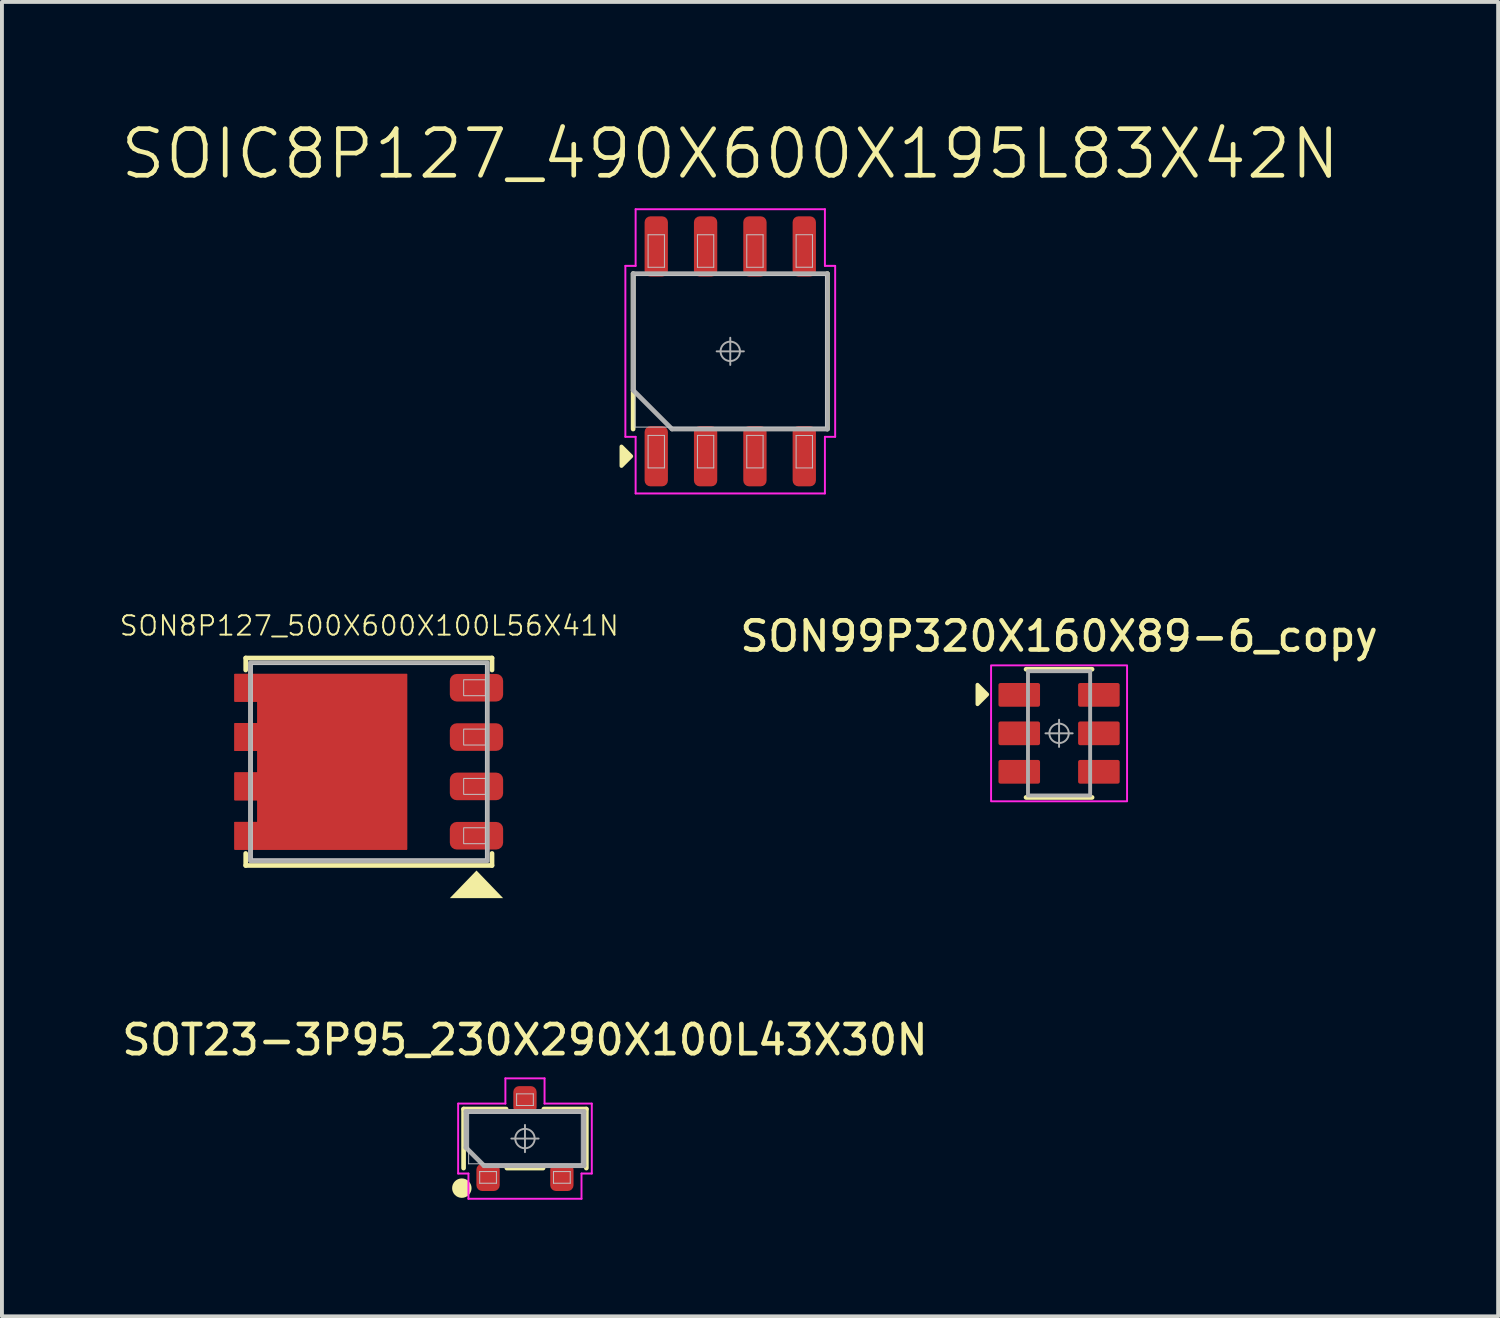
<source format=kicad_pcb>
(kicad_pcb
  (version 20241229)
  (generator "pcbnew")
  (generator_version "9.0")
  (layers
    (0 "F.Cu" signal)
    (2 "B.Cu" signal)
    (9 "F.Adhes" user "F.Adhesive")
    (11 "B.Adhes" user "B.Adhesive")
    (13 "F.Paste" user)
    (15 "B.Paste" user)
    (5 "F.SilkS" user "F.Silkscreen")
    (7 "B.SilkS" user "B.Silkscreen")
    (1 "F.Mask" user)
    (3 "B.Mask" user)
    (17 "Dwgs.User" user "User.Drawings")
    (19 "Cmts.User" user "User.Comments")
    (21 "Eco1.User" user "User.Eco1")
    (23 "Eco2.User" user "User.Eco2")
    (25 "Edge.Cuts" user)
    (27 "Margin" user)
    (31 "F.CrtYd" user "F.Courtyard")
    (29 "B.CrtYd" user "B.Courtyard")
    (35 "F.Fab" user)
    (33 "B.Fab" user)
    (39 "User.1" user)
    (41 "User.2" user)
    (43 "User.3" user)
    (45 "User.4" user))
  (footprint "SOIC8P127_490X600X195L83X42N"
    (layer "F.Cu")
    (at 15.746 5.993)
    (property "Reference" "SOIC8P127_490X600X195L83X42N" (at 0 -5.08 0) (layer "F.SilkS") (effects (font (size 1.2 1.2) (thickness 0.12))))
    (attr smd)
    (fp_line (start -2.5 2) (end -2.5 -2) (stroke (width 0.12) (type solid)) (layer "F.SilkS"))
    (fp_line (start 2.5 2) (end 2.5 -2) (stroke (width 0.12) (type solid)) (layer "F.SilkS"))
    (fp_poly (pts (xy -2.55 2.7) (xy -2.8 2.95) (xy -2.8 2.45)) (stroke (width 0.1) (type solid)) (fill yes) (layer "F.SilkS"))
    (fp_line (start -2.45 -1.95) (end 2.45 -1.95) (stroke (width 0.025) (type solid)) (layer "Dwgs.User"))
    (fp_line (start -2.45 1.95) (end -2.45 -1.95) (stroke (width 0.025) (type solid)) (layer "Dwgs.User"))
    (fp_line (start -2.115 -3) (end -1.695 -3) (stroke (width 0.025) (type solid)) (layer "Dwgs.User"))
    (fp_line (start -2.115 -2.164) (end -2.115 -3) (stroke (width 0.025) (type solid)) (layer "Dwgs.User"))
    (fp_line (start -2.115 2.164) (end -1.695 2.164) (stroke (width 0.025) (type solid)) (layer "Dwgs.User"))
    (fp_line (start -2.115 3) (end -2.115 2.164) (stroke (width 0.025) (type solid)) (layer "Dwgs.User"))
    (fp_line (start -1.695 -3) (end -1.695 -2.164) (stroke (width 0.025) (type solid)) (layer "Dwgs.User"))
    (fp_line (start -1.695 -2.164) (end -2.115 -2.164) (stroke (width 0.025) (type solid)) (layer "Dwgs.User"))
    (fp_line (start -1.695 2.164) (end -1.695 3) (stroke (width 0.025) (type solid)) (layer "Dwgs.User"))
    (fp_line (start -1.695 3) (end -2.115 3) (stroke (width 0.025) (type solid)) (layer "Dwgs.User"))
    (fp_line (start -0.845 -3) (end -0.425 -3) (stroke (width 0.025) (type solid)) (layer "Dwgs.User"))
    (fp_line (start -0.845 -2.164) (end -0.845 -3) (stroke (width 0.025) (type solid)) (layer "Dwgs.User"))
    (fp_line (start -0.845 2.164) (end -0.425 2.164) (stroke (width 0.025) (type solid)) (layer "Dwgs.User"))
    (fp_line (start -0.845 3) (end -0.845 2.164) (stroke (width 0.025) (type solid)) (layer "Dwgs.User"))
    (fp_line (start -0.425 -3) (end -0.425 -2.164) (stroke (width 0.025) (type solid)) (layer "Dwgs.User"))
    (fp_line (start -0.425 -2.164) (end -0.845 -2.164) (stroke (width 0.025) (type solid)) (layer "Dwgs.User"))
    (fp_line (start -0.425 2.164) (end -0.425 3) (stroke (width 0.025) (type solid)) (layer "Dwgs.User"))
    (fp_line (start -0.425 3) (end -0.845 3) (stroke (width 0.025) (type solid)) (layer "Dwgs.User"))
    (fp_line (start 0.425 -3) (end 0.845 -3) (stroke (width 0.025) (type solid)) (layer "Dwgs.User"))
    (fp_line (start 0.425 -2.164) (end 0.425 -3) (stroke (width 0.025) (type solid)) (layer "Dwgs.User"))
    (fp_line (start 0.425 2.164) (end 0.845 2.164) (stroke (width 0.025) (type solid)) (layer "Dwgs.User"))
    (fp_line (start 0.425 3) (end 0.425 2.164) (stroke (width 0.025) (type solid)) (layer "Dwgs.User"))
    (fp_line (start 0.845 -3) (end 0.845 -2.164) (stroke (width 0.025) (type solid)) (layer "Dwgs.User"))
    (fp_line (start 0.845 -2.164) (end 0.425 -2.164) (stroke (width 0.025) (type solid)) (layer "Dwgs.User"))
    (fp_line (start 0.845 2.164) (end 0.845 3) (stroke (width 0.025) (type solid)) (layer "Dwgs.User"))
    (fp_line (start 0.845 3) (end 0.425 3) (stroke (width 0.025) (type solid)) (layer "Dwgs.User"))
    (fp_line (start 1.695 -3.001) (end 2.115 -3.001) (stroke (width 0.025) (type solid)) (layer "Dwgs.User"))
    (fp_line (start 1.695 -2.165) (end 1.695 -3.001) (stroke (width 0.025) (type solid)) (layer "Dwgs.User"))
    (fp_line (start 1.695 2.165) (end 2.115 2.165) (stroke (width 0.025) (type solid)) (layer "Dwgs.User"))
    (fp_line (start 1.695 3.001) (end 1.695 2.165) (stroke (width 0.025) (type solid)) (layer "Dwgs.User"))
    (fp_line (start 2.115 -3.001) (end 2.115 -2.165) (stroke (width 0.025) (type solid)) (layer "Dwgs.User"))
    (fp_line (start 2.115 -2.165) (end 1.695 -2.165) (stroke (width 0.025) (type solid)) (layer "Dwgs.User"))
    (fp_line (start 2.115 2.165) (end 2.115 3.001) (stroke (width 0.025) (type solid)) (layer "Dwgs.User"))
    (fp_line (start 2.115 3.001) (end 1.695 3.001) (stroke (width 0.025) (type solid)) (layer "Dwgs.User"))
    (fp_line (start 2.45 -1.95) (end 2.45 1.95) (stroke (width 0.025) (type solid)) (layer "Dwgs.User"))
    (fp_line (start 2.45 1.95) (end -2.45 1.95) (stroke (width 0.025) (type solid)) (layer "Dwgs.User"))
    (fp_line (start -2.7 -2.2) (end -2.7 2.2) (stroke (width 0.05) (type solid)) (layer "F.CrtYd"))
    (fp_line (start -2.7 2.2) (end -2.436 2.2) (stroke (width 0.05) (type solid)) (layer "F.CrtYd"))
    (fp_line (start -2.436 -3.658) (end -2.436 -2.2) (stroke (width 0.05) (type solid)) (layer "F.CrtYd"))
    (fp_line (start -2.436 -2.2) (end -2.7 -2.2) (stroke (width 0.05) (type solid)) (layer "F.CrtYd"))
    (fp_line (start -2.436 2.2) (end -2.436 3.658) (stroke (width 0.05) (type solid)) (layer "F.CrtYd"))
    (fp_line (start -2.436 3.658) (end 2.436 3.658) (stroke (width 0.05) (type solid)) (layer "F.CrtYd"))
    (fp_line (start 2.436 -3.658) (end -2.436 -3.658) (stroke (width 0.05) (type solid)) (layer "F.CrtYd"))
    (fp_line (start 2.436 -2.2) (end 2.436 -3.658) (stroke (width 0.05) (type solid)) (layer "F.CrtYd"))
    (fp_line (start 2.436 2.2) (end 2.7 2.2) (stroke (width 0.05) (type solid)) (layer "F.CrtYd"))
    (fp_line (start 2.436 3.658) (end 2.436 2.2) (stroke (width 0.05) (type solid)) (layer "F.CrtYd"))
    (fp_line (start 2.7 -2.2) (end 2.436 -2.2) (stroke (width 0.05) (type solid)) (layer "F.CrtYd"))
    (fp_line (start 2.7 2.2) (end 2.7 -2.2) (stroke (width 0.05) (type solid)) (layer "F.CrtYd"))
    (fp_line (start -2.5 -2) (end 2.5 -2) (stroke (width 0.12) (type solid)) (layer "F.Fab"))
    (fp_line (start -2.5 1) (end -2.5 -2) (stroke (width 0.12) (type solid)) (layer "F.Fab"))
    (fp_line (start -1.5 2) (end -2.5 1) (stroke (width 0.12) (type solid)) (layer "F.Fab"))
    (fp_line (start -0.35 0) (end 0.35 0) (stroke (width 0.05) (type solid)) (layer "F.Fab"))
    (fp_line (start 0 -0.35) (end 0 0.35) (stroke (width 0.05) (type solid)) (layer "F.Fab"))
    (fp_line (start 2.5 -2) (end 2.5 2) (stroke (width 0.12) (type solid)) (layer "F.Fab"))
    (fp_line (start 2.5 2) (end -1.5 2) (stroke (width 0.12) (type solid)) (layer "F.Fab"))
    (fp_circle (center 0 0) (end 0.25 0) (stroke (width 0.05) (type solid)) (fill no) (layer "F.Fab"))
    (pad "1" smd roundrect (at -1.905 2.7 90) (size 1.55 0.6) (layers "F.Cu" "F.Mask" "F.Paste") (roundrect_rratio 0.251))
    (pad "2" smd roundrect (at -0.635 2.7 90) (size 1.55 0.6) (layers "F.Cu" "F.Mask" "F.Paste") (roundrect_rratio 0.251))
    (pad "3" smd roundrect (at 0.635 2.7 90) (size 1.55 0.6) (layers "F.Cu" "F.Mask" "F.Paste") (roundrect_rratio 0.251))
    (pad "4" smd roundrect (at 1.905 2.7 90) (size 1.55 0.6) (layers "F.Cu" "F.Mask" "F.Paste") (roundrect_rratio 0.251))
    (pad "5" smd roundrect (at 1.905 -2.7 90) (size 1.55 0.6) (layers "F.Cu" "F.Mask" "F.Paste") (roundrect_rratio 0.251))
    (pad "6" smd roundrect (at 0.635 -2.7 90) (size 1.55 0.6) (layers "F.Cu" "F.Mask" "F.Paste") (roundrect_rratio 0.251))
    (pad "7" smd roundrect (at -0.635 -2.7 90) (size 1.55 0.6) (layers "F.Cu" "F.Mask" "F.Paste") (roundrect_rratio 0.251))
    (pad "8" smd roundrect (at -1.905 -2.7 90) (size 1.55 0.6) (layers "F.Cu" "F.Mask" "F.Paste") (roundrect_rratio 0.251)))
  (footprint "SON99P320X160X89-6_copy"
    (layer "F.Cu")
    (at 24.209 15.825)
    (property "Reference" "SON99P320X160X89-6_copy" (at 0 -2.5 0) (unlocked yes) (layer "F.SilkS") (effects (font (size 0.75 0.75) (thickness 0.12))))
    (attr smd)
    (fp_line (start 0.85 -1.65) (end -0.85 -1.65) (stroke (width 0.12) (type solid)) (layer "F.SilkS"))
    (fp_line (start 0.85 1.65) (end -0.85 1.65) (stroke (width 0.12) (type solid)) (layer "F.SilkS"))
    (fp_poly (pts (xy -1.85 -1) (xy -2.1 -0.75) (xy -2.1 -1.25)) (stroke (width 0.1) (type solid)) (fill yes) (layer "F.SilkS"))
    (fp_rect (start -1.75 -1.75) (end 1.75 1.75) (stroke (width 0.05) (type default)) (fill no) (layer "F.CrtYd"))
    (fp_line (start 0 -0.35) (end 0 0.35) (stroke (width 0.05) (type solid)) (layer "F.Fab"))
    (fp_line (start 0.35 0) (end -0.35 0) (stroke (width 0.05) (type solid)) (layer "F.Fab"))
    (fp_rect (start -0.8 -1.6) (end 0.8 1.6) (stroke (width 0.1) (type solid)) (fill no) (layer "F.Fab"))
    (fp_circle (center 0 0) (end 0 0.25) (stroke (width 0.05) (type solid)) (fill no) (layer "F.Fab"))
    (pad "1" smd roundrect (at -1.025 -0.99) (size 1.07 0.61) (layers "F.Cu" "F.Mask" "F.Paste") (roundrect_rratio 0.082))
    (pad "2" smd roundrect (at -1.025 0) (size 1.07 0.61) (layers "F.Cu" "F.Mask" "F.Paste") (roundrect_rratio 0.082))
    (pad "3" smd roundrect (at -1.025 0.99) (size 1.07 0.61) (layers "F.Cu" "F.Mask" "F.Paste") (roundrect_rratio 0.082))
    (pad "4" smd roundrect (at 1.025 0.99) (size 1.07 0.61) (layers "F.Cu" "F.Mask" "F.Paste") (roundrect_rratio 0.082))
    (pad "5" smd roundrect (at 1.025 0) (size 1.07 0.61) (layers "F.Cu" "F.Mask" "F.Paste") (roundrect_rratio 0.082))
    (pad "6" smd roundrect (at 1.025 -0.99) (size 1.07 0.61) (layers "F.Cu" "F.Mask" "F.Paste") (roundrect_rratio 0.082)))
  (footprint "SOT23-3P95_230X290X100L43X30N"
    (layer "F.Cu")
    (at 10.462 26.255)
    (property "Reference" "SOT23-3P95_230X290X100L43X30N" (at 0 -2.54 0) (layer "F.SilkS") (effects (font (size 0.75 0.75) (thickness 0.12))))
    (attr smd)
    (fp_line (start -1.58 -0.76) (end -0.485 -0.76) (stroke (width 0.12) (type solid)) (layer "F.SilkS"))
    (fp_line (start -1.58 0.76) (end -1.58 -0.76) (stroke (width 0.12) (type solid)) (layer "F.SilkS"))
    (fp_line (start 0.466 0.76) (end -0.466 0.76) (stroke (width 0.12) (type solid)) (layer "F.SilkS"))
    (fp_line (start 0.485 -0.76) (end 1.58 -0.76) (stroke (width 0.12) (type solid)) (layer "F.SilkS"))
    (fp_line (start 1.58 -0.76) (end 1.58 0.76) (stroke (width 0.12) (type solid)) (layer "F.SilkS"))
    (fp_circle (center -1.625 1.276) (end -1.625 1.401) (stroke (width 0.25) (type solid)) (fill no) (layer "F.SilkS"))
    (fp_line (start -1.45 -0.65) (end 1.45 -0.65) (stroke (width 0.025) (type solid)) (layer "Dwgs.User"))
    (fp_line (start -1.45 0.65) (end -1.45 -0.65) (stroke (width 0.025) (type solid)) (layer "Dwgs.User"))
    (fp_line (start -1.165 0.85) (end -0.735 0.85) (stroke (width 0.025) (type solid)) (layer "Dwgs.User"))
    (fp_line (start -1.165 1.15) (end -1.165 0.85) (stroke (width 0.025) (type solid)) (layer "Dwgs.User"))
    (fp_line (start -0.735 0.85) (end -0.735 1.15) (stroke (width 0.025) (type solid)) (layer "Dwgs.User"))
    (fp_line (start -0.735 1.15) (end -1.165 1.15) (stroke (width 0.025) (type solid)) (layer "Dwgs.User"))
    (fp_line (start -0.215 -1.15) (end 0.215 -1.15) (stroke (width 0.025) (type solid)) (layer "Dwgs.User"))
    (fp_line (start -0.215 -0.85) (end -0.215 -1.15) (stroke (width 0.025) (type solid)) (layer "Dwgs.User"))
    (fp_line (start 0.215 -1.15) (end 0.215 -0.85) (stroke (width 0.025) (type solid)) (layer "Dwgs.User"))
    (fp_line (start 0.215 -0.85) (end -0.215 -0.85) (stroke (width 0.025) (type solid)) (layer "Dwgs.User"))
    (fp_line (start 0.735 0.85) (end 1.165 0.85) (stroke (width 0.025) (type solid)) (layer "Dwgs.User"))
    (fp_line (start 0.735 1.15) (end 0.735 0.85) (stroke (width 0.025) (type solid)) (layer "Dwgs.User"))
    (fp_line (start 1.165 0.85) (end 1.165 1.15) (stroke (width 0.025) (type solid)) (layer "Dwgs.User"))
    (fp_line (start 1.165 1.15) (end 0.735 1.15) (stroke (width 0.025) (type solid)) (layer "Dwgs.User"))
    (fp_line (start 1.45 -0.65) (end 1.45 0.65) (stroke (width 0.025) (type solid)) (layer "Dwgs.User"))
    (fp_line (start 1.45 0.65) (end -1.45 0.65) (stroke (width 0.025) (type solid)) (layer "Dwgs.User"))
    (fp_line (start -1.72 -0.9) (end -1.72 0.9) (stroke (width 0.05) (type solid)) (layer "F.CrtYd"))
    (fp_line (start -1.72 0.9) (end -1.455 0.9) (stroke (width 0.05) (type solid)) (layer "F.CrtYd"))
    (fp_line (start -1.455 0.9) (end -1.455 1.55) (stroke (width 0.05) (type solid)) (layer "F.CrtYd"))
    (fp_line (start -1.455 1.55) (end 1.455 1.55) (stroke (width 0.05) (type solid)) (layer "F.CrtYd"))
    (fp_line (start -0.504 -1.55) (end -0.504 -0.9) (stroke (width 0.05) (type solid)) (layer "F.CrtYd"))
    (fp_line (start -0.504 -0.9) (end -1.72 -0.9) (stroke (width 0.05) (type solid)) (layer "F.CrtYd"))
    (fp_line (start 0.504 -1.55) (end -0.504 -1.55) (stroke (width 0.05) (type solid)) (layer "F.CrtYd"))
    (fp_line (start 0.504 -0.9) (end 0.504 -1.55) (stroke (width 0.05) (type solid)) (layer "F.CrtYd"))
    (fp_line (start 1.455 0.9) (end 1.72 0.9) (stroke (width 0.05) (type solid)) (layer "F.CrtYd"))
    (fp_line (start 1.455 1.55) (end 1.455 0.9) (stroke (width 0.05) (type solid)) (layer "F.CrtYd"))
    (fp_line (start 1.72 -0.9) (end 0.504 -0.9) (stroke (width 0.05) (type solid)) (layer "F.CrtYd"))
    (fp_line (start 1.72 0.9) (end 1.72 -0.9) (stroke (width 0.05) (type solid)) (layer "F.CrtYd"))
    (fp_line (start -1.52 -0.7) (end 1.52 -0.7) (stroke (width 0.12) (type solid)) (layer "F.Fab"))
    (fp_line (start -1.52 0.233) (end -1.52 -0.7) (stroke (width 0.12) (type solid)) (layer "F.Fab"))
    (fp_line (start -1.053 0.7) (end -1.52 0.233) (stroke (width 0.12) (type solid)) (layer "F.Fab"))
    (fp_line (start -0.35 0) (end 0.35 0) (stroke (width 0.05) (type solid)) (layer "F.Fab"))
    (fp_line (start 0 -0.35) (end 0 0.35) (stroke (width 0.05) (type solid)) (layer "F.Fab"))
    (fp_line (start 1.52 -0.7) (end 1.52 0.7) (stroke (width 0.12) (type solid)) (layer "F.Fab"))
    (fp_line (start 1.52 0.7) (end -1.053 0.7) (stroke (width 0.12) (type solid)) (layer "F.Fab"))
    (fp_circle (center 0 0) (end 0.25 0) (stroke (width 0.05) (type solid)) (fill no) (layer "F.Fab"))
    (pad "1" smd roundrect (at -0.95 1 90) (size 0.7 0.6) (layers "F.Cu" "F.Mask" "F.Paste") (roundrect_rratio 0.25))
    (pad "2" smd roundrect (at 0.95 1 90) (size 0.7 0.6) (layers "F.Cu" "F.Mask" "F.Paste") (roundrect_rratio 0.25))
    (pad "3" smd roundrect (at 0 -1 90) (size 0.7 0.6) (layers "F.Cu" "F.Mask" "F.Paste") (roundrect_rratio 0.25)))
  (footprint "SON8P127_500X600X100L56X41N"
    (layer "F.Cu")
    (at 6.444 16.556)
    (property "Reference" "SON8P127_500X600X100L56X41N" (at 0.01 -3.5 0) (unlocked yes) (layer "F.SilkS") (effects (font (size 0.5 0.5) (thickness 0.05))))
    (attr smd)
    (fp_line (start -3.17 -2.67) (end -3.17 -2.36) (stroke (width 0.12) (type default)) (layer "F.SilkS"))
    (fp_line (start -3.17 2.67) (end -3.17 2.36) (stroke (width 0.12) (type default)) (layer "F.SilkS"))
    (fp_line (start -3.17 2.67) (end 3.17 2.67) (stroke (width 0.12) (type default)) (layer "F.SilkS"))
    (fp_line (start 3.17 -2.67) (end -3.17 -2.67) (stroke (width 0.12) (type default)) (layer "F.SilkS"))
    (fp_line (start 3.17 -2.67) (end 3.17 -2.36) (stroke (width 0.12) (type default)) (layer "F.SilkS"))
    (fp_line (start 3.17 2.67) (end 3.17 2.36) (stroke (width 0.12) (type default)) (layer "F.SilkS"))
    (fp_poly (pts (xy 2.77 2.8) (xy 2.085 3.51) (xy 3.455 3.51)) (stroke (width 0) (type solid)) (fill yes) (layer "F.SilkS"))
    (fp_rect (start -3.293 -2.159) (end -2.527 -1.651) (stroke (width 0) (type solid)) (fill yes) (layer "F.Paste"))
    (fp_rect (start -3.293 -0.889) (end -2.527 -0.381) (stroke (width 0) (type solid)) (fill yes) (layer "F.Paste"))
    (fp_rect (start -3.293 0.381) (end -2.527 0.889) (stroke (width 0) (type solid)) (fill yes) (layer "F.Paste"))
    (fp_rect (start -3.293 1.651) (end -2.527 2.159) (stroke (width 0) (type solid)) (fill yes) (layer "F.Paste"))
    (fp_rect (start -2.241 -1.997) (end -0.947 -1.251) (stroke (width 0) (type solid)) (fill yes) (layer "F.Paste"))
    (fp_rect (start -2.241 -0.886) (end -0.948 -0.15) (stroke (width 0) (type solid)) (fill yes) (layer "F.Paste"))
    (fp_rect (start -2.241 0.15) (end -0.95 0.886) (stroke (width 0) (type solid)) (fill yes) (layer "F.Paste"))
    (fp_rect (start -2.241 1.251) (end -0.956 1.991) (stroke (width 0) (type solid)) (fill yes) (layer "F.Paste"))
    (fp_rect (start -0.598 -1.997) (end 0.696 -1.251) (stroke (width 0) (type solid)) (fill yes) (layer "F.Paste"))
    (fp_rect (start -0.598 -0.896) (end 0.696 -0.15) (stroke (width 0) (type solid)) (fill yes) (layer "F.Paste"))
    (fp_rect (start -0.598 0.14) (end 0.696 0.886) (stroke (width 0) (type solid)) (fill yes) (layer "F.Paste"))
    (fp_rect (start -0.598 1.251) (end 0.696 1.997) (stroke (width 0) (type solid)) (fill yes) (layer "F.Paste"))
    (fp_rect (start 2.221 -2.186) (end 3.293 -1.624) (stroke (width 0) (type solid)) (fill yes) (layer "F.Paste"))
    (fp_rect (start 2.221 -0.916) (end 3.293 -0.354) (stroke (width 0) (type solid)) (fill yes) (layer "F.Paste"))
    (fp_rect (start 2.221 0.354) (end 3.293 0.916) (stroke (width 0) (type solid)) (fill yes) (layer "F.Paste"))
    (fp_rect (start 2.221 1.624) (end 3.293 2.186) (stroke (width 0) (type solid)) (fill yes) (layer "F.Paste"))
    (fp_rect (start -3 -2.5) (end 3 2.5) (stroke (width 0.025) (type default)) (fill no) (layer "Dwgs.User"))
    (fp_rect (start 2.44 -2.11) (end 3 -1.7) (stroke (width 0.025) (type default)) (fill no) (layer "Dwgs.User"))
    (fp_rect (start 2.44 -0.84) (end 3 -0.43) (stroke (width 0.025) (type default)) (fill no) (layer "Dwgs.User"))
    (fp_rect (start 2.44 0.43) (end 3 0.84) (stroke (width 0.025) (type default)) (fill no) (layer "Dwgs.User"))
    (fp_rect (start 2.44 1.7) (end 3 2.11) (stroke (width 0.025) (type default)) (fill no) (layer "Dwgs.User"))
    (fp_rect (start -3.05 -2.55) (end 3.05 2.55) (stroke (width 0.12) (type default)) (fill no) (layer "F.Fab"))
    (pad "1" smd roundrect (at 2.77 1.905) (size 1.372 0.71) (layers "F.Cu" "F.Mask") (roundrect_rratio 0.25))
    (pad "2" smd roundrect (at 2.77 0.635) (size 1.372 0.71) (layers "F.Cu" "F.Mask") (roundrect_rratio 0.25))
    (pad "3" smd roundrect (at 2.77 -0.635) (size 1.372 0.71) (layers "F.Cu" "F.Mask") (roundrect_rratio 0.25))
    (pad "4" smd roundrect (at 2.77 -1.905) (size 1.372 0.71) (layers "F.Cu" "F.Mask") (roundrect_rratio 0.25))
    (pad "5" smd custom (at -0.192 0.026) (size 1.5 1.5) (layers "F.Cu" "F.Mask") (options (anchor rect)) (primitives (gr_poly (pts (xy 1.176 2.234) (xy 1.176 -2.286) (xy -3.264 -2.286) (xy -3.264 -1.576) (xy -2.674 -1.576) (xy -2.674 -1.016) (xy -3.264 -1.016) (xy -3.264 -0.306) (xy -2.674 -0.306) (xy -2.674 0.254) (xy -3.264 0.254) (xy -3.264 0.964) (xy -2.674 0.964) (xy -2.674 1.524) (xy -3.264 1.524) (xy -3.264 2.234)) (width 0) (fill yes))))
    (pad "6" smd custom (at -0.192 0.026) (size 1.5 1.5) (layers "F.Cu" "F.Mask") (options (anchor rect)) (primitives (gr_poly (pts (xy 1.176 2.234) (xy 1.176 -2.286) (xy -3.264 -2.286) (xy -3.264 -1.576) (xy -2.674 -1.576) (xy -2.674 -1.016) (xy -3.264 -1.016) (xy -3.264 -0.306) (xy -2.674 -0.306) (xy -2.674 0.254) (xy -3.264 0.254) (xy -3.264 0.964) (xy -2.674 0.964) (xy -2.674 1.524) (xy -3.264 1.524) (xy -3.264 2.234)) (width 0) (fill yes))))
    (pad "7" smd custom (at -0.192 0.026) (size 1.5 1.5) (layers "F.Cu" "F.Mask") (options (anchor rect)) (primitives (gr_poly (pts (xy 1.176 2.234) (xy 1.176 -2.286) (xy -3.264 -2.286) (xy -3.264 -1.576) (xy -2.674 -1.576) (xy -2.674 -1.016) (xy -3.264 -1.016) (xy -3.264 -0.306) (xy -2.674 -0.306) (xy -2.674 0.254) (xy -3.264 0.254) (xy -3.264 0.964) (xy -2.674 0.964) (xy -2.674 1.524) (xy -3.264 1.524) (xy -3.264 2.234)) (width 0) (fill yes))))
    (pad "8" smd custom (at -0.192 0.026) (size 1.5 1.5) (layers "F.Cu" "F.Mask") (options (anchor rect)) (primitives (gr_poly (pts (xy 1.176 2.234) (xy 1.176 -2.286) (xy -3.264 -2.286) (xy -3.264 -1.576) (xy -2.674 -1.576) (xy -2.674 -1.016) (xy -3.264 -1.016) (xy -3.264 -0.306) (xy -2.674 -0.306) (xy -2.674 0.254) (xy -3.264 0.254) (xy -3.264 0.964) (xy -2.674 0.964) (xy -2.674 1.524) (xy -3.264 1.524) (xy -3.264 2.234)) (width 0) (fill yes)))))
  (gr_rect
    (start -3 -3)
    (end 35.51 30.83)
    (stroke (width 0.1) (type default))
    (fill no)
    (layer "Edge.Cuts")))
</source>
